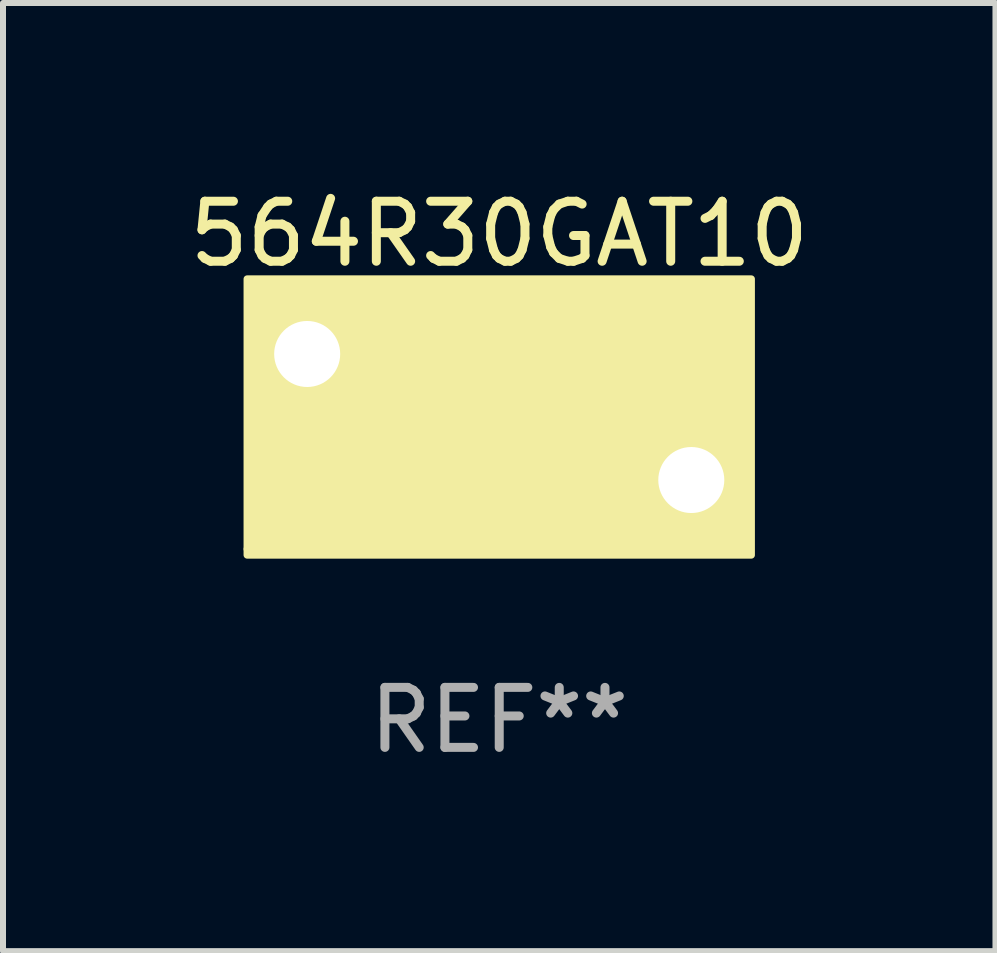
<source format=kicad_pcb>
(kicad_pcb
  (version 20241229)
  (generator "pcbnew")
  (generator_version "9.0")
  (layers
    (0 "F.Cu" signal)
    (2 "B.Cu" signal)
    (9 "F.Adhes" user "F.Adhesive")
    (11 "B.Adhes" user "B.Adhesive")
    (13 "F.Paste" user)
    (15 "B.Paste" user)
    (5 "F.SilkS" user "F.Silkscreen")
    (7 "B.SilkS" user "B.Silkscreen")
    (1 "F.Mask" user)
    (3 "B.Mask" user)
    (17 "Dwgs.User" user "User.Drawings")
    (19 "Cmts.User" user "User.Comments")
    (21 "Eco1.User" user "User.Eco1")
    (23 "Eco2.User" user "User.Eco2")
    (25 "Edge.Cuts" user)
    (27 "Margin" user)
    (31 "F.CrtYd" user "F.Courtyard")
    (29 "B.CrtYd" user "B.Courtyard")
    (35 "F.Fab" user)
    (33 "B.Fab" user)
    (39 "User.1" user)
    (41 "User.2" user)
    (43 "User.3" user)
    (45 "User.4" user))
  (footprint "564R30GAT10"
    (layer "F.Cu")
    (at 5.268 3.898)
    (property "Reference" "564R30GAT10" (at 0 -3.05 0) (layer "F.SilkS") (effects (font (size 1 1) (thickness 0.15))))
    (attr through_hole)
    (fp_line (start -0.635 0.033) (end -1.397 0.033) (stroke (width 0.254) (type solid)) (layer "F.SilkS"))
    (fp_line (start -0.635 0.889) (end -0.635 -0.889) (stroke (width 0.254) (type solid)) (layer "F.SilkS"))
    (fp_line (start 0.635 -0.889) (end 0.635 0.889) (stroke (width 0.254) (type solid)) (layer "F.SilkS"))
    (fp_line (start 0.635 -0.033) (end 1.397 -0.033) (stroke (width 0.254) (type solid)) (layer "F.SilkS"))
    (fp_circle (center -4.2 2.2) (end -4.17 2.2) (stroke (width 0.06) (type solid)) (fill no) (layer "F.SilkS"))
    (fp_poly (pts (xy -4.2 -2.3) (xy 4.2 -2.3) (xy 4.2 2.3) (xy -4.2 2.3)) (stroke (width 0.12) (type solid)) (fill yes) (layer "F.SilkS"))
    (fp_text user "REF**" (at 0 5.05 0) (layer "F.Fab") (effects (font (size 1 1) (thickness 0.15))))
    (pad "1" thru_hole circle (at -3.2 -1.05) (size 1.7 1.7) (drill 1.1) (layers "*.Cu" "*.Mask"))
    (pad "2" thru_hole circle (at 3.2 1.05) (size 1.7 1.7) (drill 1.1) (layers "*.Cu" "*.Mask")))
  (gr_rect
    (start -3 -3)
    (end 13.536 12.797)
    (stroke (width 0.1) (type default))
    (fill no)
    (layer "Edge.Cuts")))
</source>
